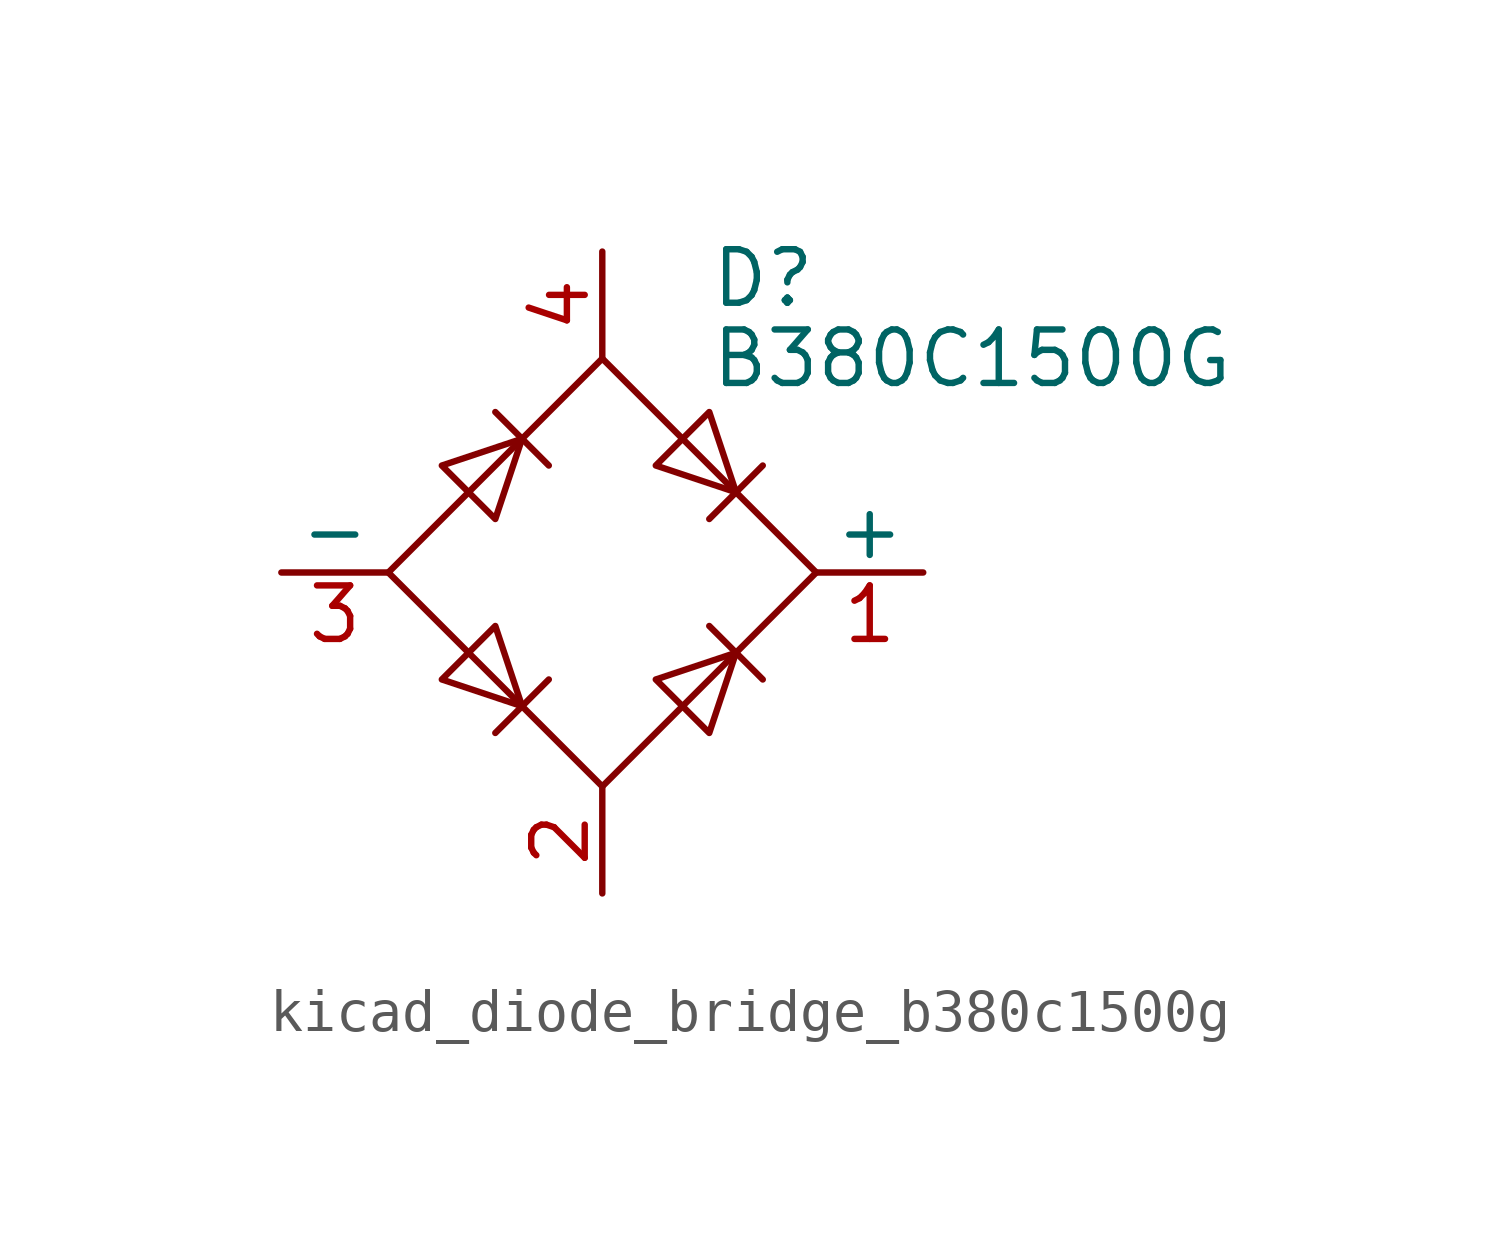
<source format=kicad_sym>
(kicad_symbol_lib
  (version 20220914)
  (generator kicad_symbol_editor)
  (symbol "kicad_diode_bridge_b380c1500g"
    (pin_names
      (offset 0))
    (property "Reference" "D"
      (at 2.54 6.985 0)
      (effects (font (size 1.27 1.27)) (justify left)))
    (property "Value" "B380C1500G"
      (at 2.54 5.08 0)
      (effects (font (size 1.27 1.27)) (justify left)))
    (symbol "kicad_diode_bridge_b380c1500g_0_1"
      (polyline (pts (xy -2.54 3.81) (xy -1.27 2.54)) (stroke (width 0) (type default)) (fill (type none)))
      (polyline (pts (xy -1.27 -2.54) (xy -2.54 -3.81)) (stroke (width 0) (type default)) (fill (type none)))
      (polyline (pts (xy 2.54 -1.27) (xy 3.81 -2.54)) (stroke (width 0) (type default)) (fill (type none)))
      (polyline (pts (xy 2.54 1.27) (xy 3.81 2.54)) (stroke (width 0) (type default)) (fill (type none)))
      (polyline (pts (xy -3.81 2.54) (xy -2.54 1.27) (xy -1.905 3.175) (xy -3.81 2.54)) (stroke (width 0) (type default)) (fill (type none)))
      (polyline (pts (xy -2.54 -1.27) (xy -3.81 -2.54) (xy -1.905 -3.175) (xy -2.54 -1.27)) (stroke (width 0) (type default)) (fill (type none)))
      (polyline (pts (xy 1.27 2.54) (xy 2.54 3.81) (xy 3.175 1.905) (xy 1.27 2.54)) (stroke (width 0) (type default)) (fill (type none)))
      (polyline (pts (xy 3.175 -1.905) (xy 1.27 -2.54) (xy 2.54 -3.81) (xy 3.175 -1.905)) (stroke (width 0) (type default)) (fill (type none)))
      (polyline (pts (xy -5.08 0) (xy 0 -5.08) (xy 5.08 0) (xy 0 5.08) (xy -5.08 0)) (stroke (width 0) (type default)) (fill (type none))))
    (symbol "kicad_diode_bridge_b380c1500g_1_1"
      (pin passive line (at 7.62 0 180) (length 2.54) (name "+" (effects (font (size 1.27 1.27)))) (number "1" (effects (font (size 1.27 1.27)))))
      (pin passive line (at 0 -7.62 90) (length 2.54) (name "~" (effects (font (size 1.27 1.27)))) (number "2" (effects (font (size 1.27 1.27)))))
      (pin passive line (at -7.62 0 0) (length 2.54) (name "-" (effects (font (size 1.27 1.27)))) (number "3" (effects (font (size 1.27 1.27)))))
      (pin passive line (at 0 7.62 270) (length 2.54) (name "~" (effects (font (size 1.27 1.27)))) (number "4" (effects (font (size 1.27 1.27))))))))
</source>
